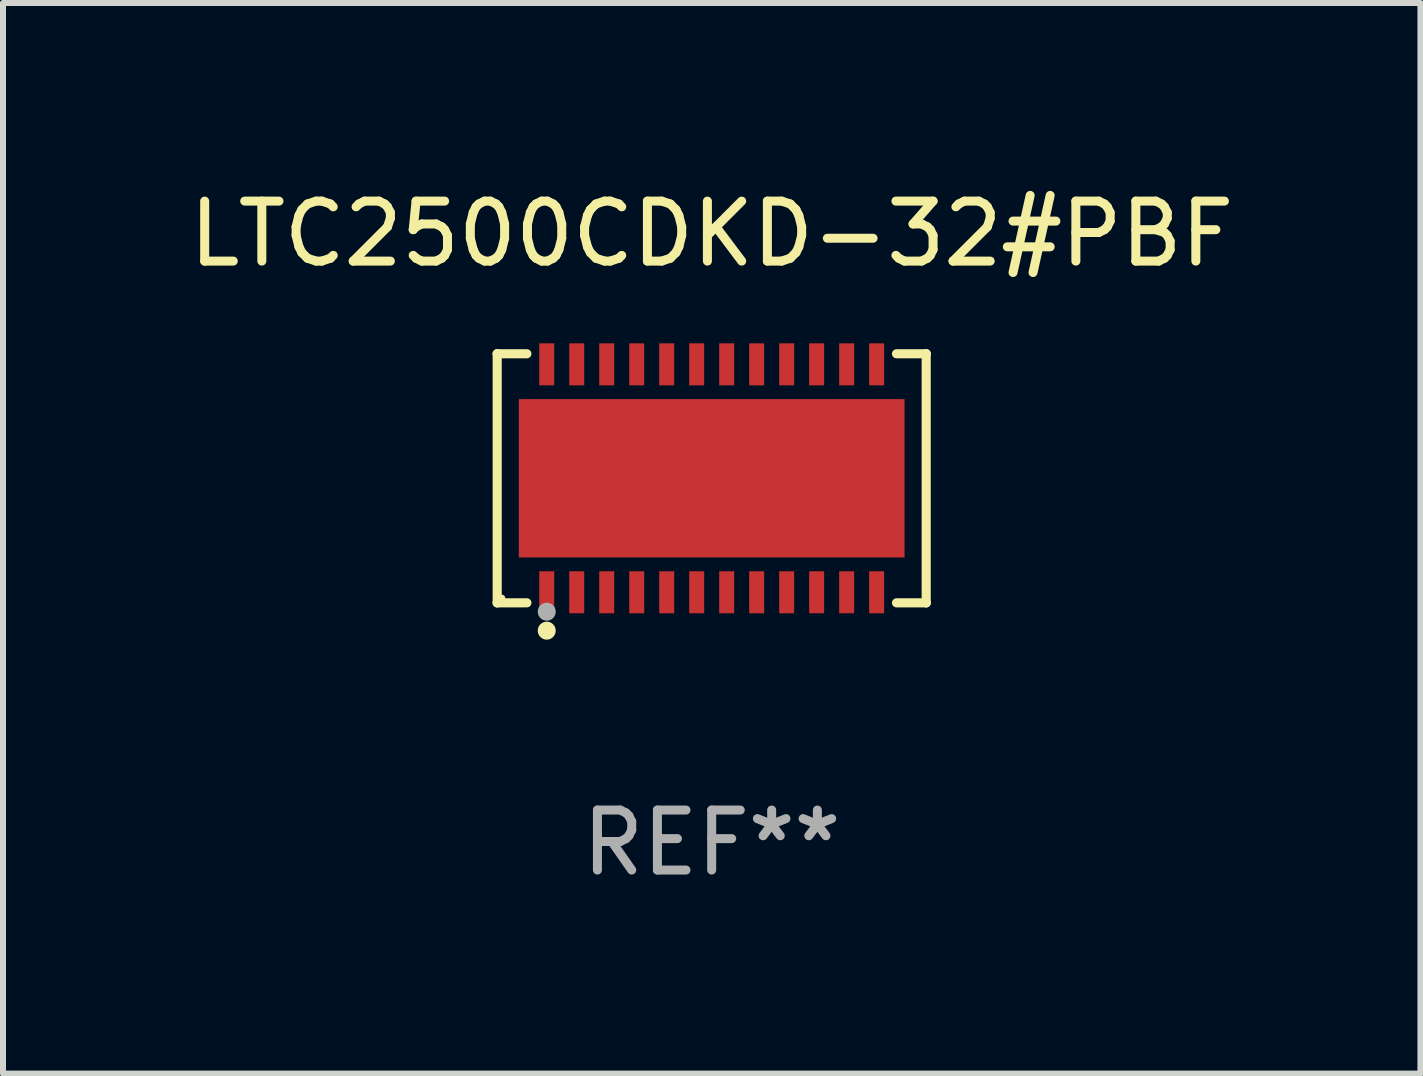
<source format=kicad_pcb>
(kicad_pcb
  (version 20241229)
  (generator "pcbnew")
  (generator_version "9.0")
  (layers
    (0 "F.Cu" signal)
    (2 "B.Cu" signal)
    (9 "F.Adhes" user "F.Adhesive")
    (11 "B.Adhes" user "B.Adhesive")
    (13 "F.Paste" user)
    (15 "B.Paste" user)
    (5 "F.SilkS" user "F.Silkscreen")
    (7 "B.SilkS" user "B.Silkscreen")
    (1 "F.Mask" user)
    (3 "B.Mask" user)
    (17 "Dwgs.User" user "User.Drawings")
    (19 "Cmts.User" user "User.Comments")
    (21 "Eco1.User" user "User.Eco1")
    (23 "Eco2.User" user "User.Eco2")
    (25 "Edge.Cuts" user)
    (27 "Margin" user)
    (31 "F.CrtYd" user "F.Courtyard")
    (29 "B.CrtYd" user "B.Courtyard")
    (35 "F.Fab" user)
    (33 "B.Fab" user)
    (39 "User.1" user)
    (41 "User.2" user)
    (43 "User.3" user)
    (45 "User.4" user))
  (footprint "LTC2500CDKD-32#PBF"
    (layer "F.Cu")
    (at 8.815 4.924)
    (property "Reference" "LTC2500CDKD-32#PBF" (at 0 -4.076 0) (layer "F.SilkS") (effects (font (size 1 1) (thickness 0.15))))
    (attr through_hole)
    (fp_line (start -3.576 -2.076) (end -3.576 -2.076) (stroke (width 0.152) (type solid)) (layer "F.SilkS"))
    (fp_line (start -3.576 -2.076) (end -3.081 -2.076) (stroke (width 0.152) (type solid)) (layer "F.SilkS"))
    (fp_line (start -3.576 2.076) (end -3.576 -2.076) (stroke (width 0.152) (type solid)) (layer "F.SilkS"))
    (fp_line (start -3.576 2.076) (end -3.576 2.076) (stroke (width 0.152) (type solid)) (layer "F.SilkS"))
    (fp_line (start -3.081 2.076) (end -3.576 2.076) (stroke (width 0.152) (type solid)) (layer "F.SilkS"))
    (fp_line (start 3.081 2.076) (end 3.576 2.076) (stroke (width 0.152) (type solid)) (layer "F.SilkS"))
    (fp_line (start 3.576 -2.076) (end 3.081 -2.076) (stroke (width 0.152) (type solid)) (layer "F.SilkS"))
    (fp_line (start 3.576 -2.076) (end 3.576 -2.076) (stroke (width 0.152) (type solid)) (layer "F.SilkS"))
    (fp_line (start 3.576 2.076) (end 3.576 -2.076) (stroke (width 0.152) (type solid)) (layer "F.SilkS"))
    (fp_line (start 3.576 2.076) (end 3.576 2.076) (stroke (width 0.152) (type solid)) (layer "F.SilkS"))
    (fp_circle (center -3.5 2) (end -3.47 2) (stroke (width 0.06) (type solid)) (fill no) (layer "F.SilkS"))
    (fp_circle (center -2.75 2.54) (end -2.675 2.54) (stroke (width 0.15) (type solid)) (fill no) (layer "F.SilkS"))
    (fp_circle (center -2.75 2.224) (end -2.675 2.224) (stroke (width 0.15) (type solid)) (fill no) (layer "F.Fab"))
    (fp_text user "REF**" (at 0 6.076 0) (layer "F.Fab") (effects (font (size 1 1) (thickness 0.15))))
    (pad "1" smd rect (at -2.75 1.9) (size 0.25 0.7) (layers "F.Cu" "F.Mask" "F.Paste"))
    (pad "2" smd rect (at -2.25 1.9) (size 0.25 0.7) (layers "F.Cu" "F.Mask" "F.Paste"))
    (pad "3" smd rect (at -1.75 1.9) (size 0.25 0.7) (layers "F.Cu" "F.Mask" "F.Paste"))
    (pad "4" smd rect (at -1.25 1.9) (size 0.25 0.7) (layers "F.Cu" "F.Mask" "F.Paste"))
    (pad "5" smd rect (at -0.75 1.9) (size 0.25 0.7) (layers "F.Cu" "F.Mask" "F.Paste"))
    (pad "6" smd rect (at -0.25 1.9) (size 0.25 0.7) (layers "F.Cu" "F.Mask" "F.Paste"))
    (pad "7" smd rect (at 0.25 1.9) (size 0.25 0.7) (layers "F.Cu" "F.Mask" "F.Paste"))
    (pad "8" smd rect (at 0.75 1.9) (size 0.25 0.7) (layers "F.Cu" "F.Mask" "F.Paste"))
    (pad "9" smd rect (at 1.25 1.9) (size 0.25 0.7) (layers "F.Cu" "F.Mask" "F.Paste"))
    (pad "10" smd rect (at 1.75 1.9) (size 0.25 0.7) (layers "F.Cu" "F.Mask" "F.Paste"))
    (pad "11" smd rect (at 2.25 1.9) (size 0.25 0.7) (layers "F.Cu" "F.Mask" "F.Paste"))
    (pad "12" smd rect (at 2.75 1.9) (size 0.25 0.7) (layers "F.Cu" "F.Mask" "F.Paste"))
    (pad "13" smd rect (at 2.75 -1.9) (size 0.25 0.7) (layers "F.Cu" "F.Mask" "F.Paste"))
    (pad "14" smd rect (at 2.25 -1.9) (size 0.25 0.7) (layers "F.Cu" "F.Mask" "F.Paste"))
    (pad "15" smd rect (at 1.75 -1.9) (size 0.25 0.7) (layers "F.Cu" "F.Mask" "F.Paste"))
    (pad "16" smd rect (at 1.25 -1.9) (size 0.25 0.7) (layers "F.Cu" "F.Mask" "F.Paste"))
    (pad "17" smd rect (at 0.75 -1.9) (size 0.25 0.7) (layers "F.Cu" "F.Mask" "F.Paste"))
    (pad "18" smd rect (at 0.25 -1.9) (size 0.25 0.7) (layers "F.Cu" "F.Mask" "F.Paste"))
    (pad "19" smd rect (at -0.25 -1.9) (size 0.25 0.7) (layers "F.Cu" "F.Mask" "F.Paste"))
    (pad "20" smd rect (at -0.75 -1.9) (size 0.25 0.7) (layers "F.Cu" "F.Mask" "F.Paste"))
    (pad "21" smd rect (at -1.25 -1.9) (size 0.25 0.7) (layers "F.Cu" "F.Mask" "F.Paste"))
    (pad "22" smd rect (at -1.75 -1.9) (size 0.25 0.7) (layers "F.Cu" "F.Mask" "F.Paste"))
    (pad "23" smd rect (at -2.25 -1.9) (size 0.25 0.7) (layers "F.Cu" "F.Mask" "F.Paste"))
    (pad "24" smd rect (at -2.75 -1.9) (size 0.25 0.7) (layers "F.Cu" "F.Mask" "F.Paste"))
    (pad "25" smd rect (at 0 0) (size 6.43 2.64) (layers "F.Cu" "F.Mask" "F.Paste")))
  (gr_rect
    (start -3 -3)
    (end 20.631 14.849)
    (stroke (width 0.1) (type default))
    (fill no)
    (layer "Edge.Cuts")))
</source>
